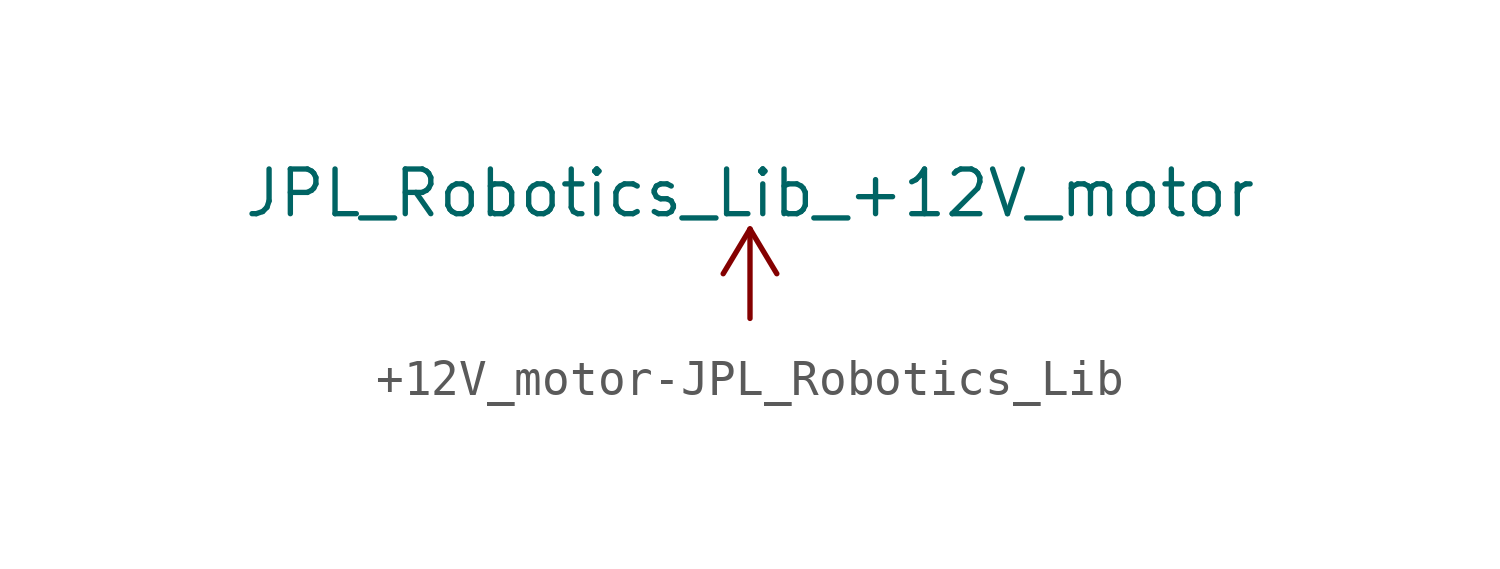
<source format=kicad_sym>
(kicad_symbol_lib
  (version 20231120)
  (generator "kicad_symbol_editor")
  (generator_version "8.0")
  (symbol "+12V_motor-JPL_Robotics_Lib"
    (power)
    (pin_names
      (offset 0))
    (property "Reference" "#PWR"
      (at 0 -3.81 0)
      (effects (font (size 1.27 1.27)) (hide yes)))
    (property "Value" "JPL_Robotics_Lib_+12V_motor"
      (at 0 3.556 0)
      (effects (font (size 1.27 1.27))))
    (symbol "+12V_motor-JPL_Robotics_Lib_0_1"
      (polyline (pts (xy -0.762 1.27) (xy 0 2.54)) (stroke (width 0) (type solid)) (fill (type none)))
      (polyline (pts (xy 0 0) (xy 0 2.54)) (stroke (width 0) (type solid)) (fill (type none)))
      (polyline (pts (xy 0 2.54) (xy 0.762 1.27)) (stroke (width 0) (type solid)) (fill (type none))))
    (symbol "+12V_motor-JPL_Robotics_Lib_1_1"
      (pin power_in line (at 0 0 90) (length 0) hide (name "+12V_motor" (effects (font (size 1.27 1.27)))) (number "1" (effects (font (size 1.27 1.27))))))))
</source>
